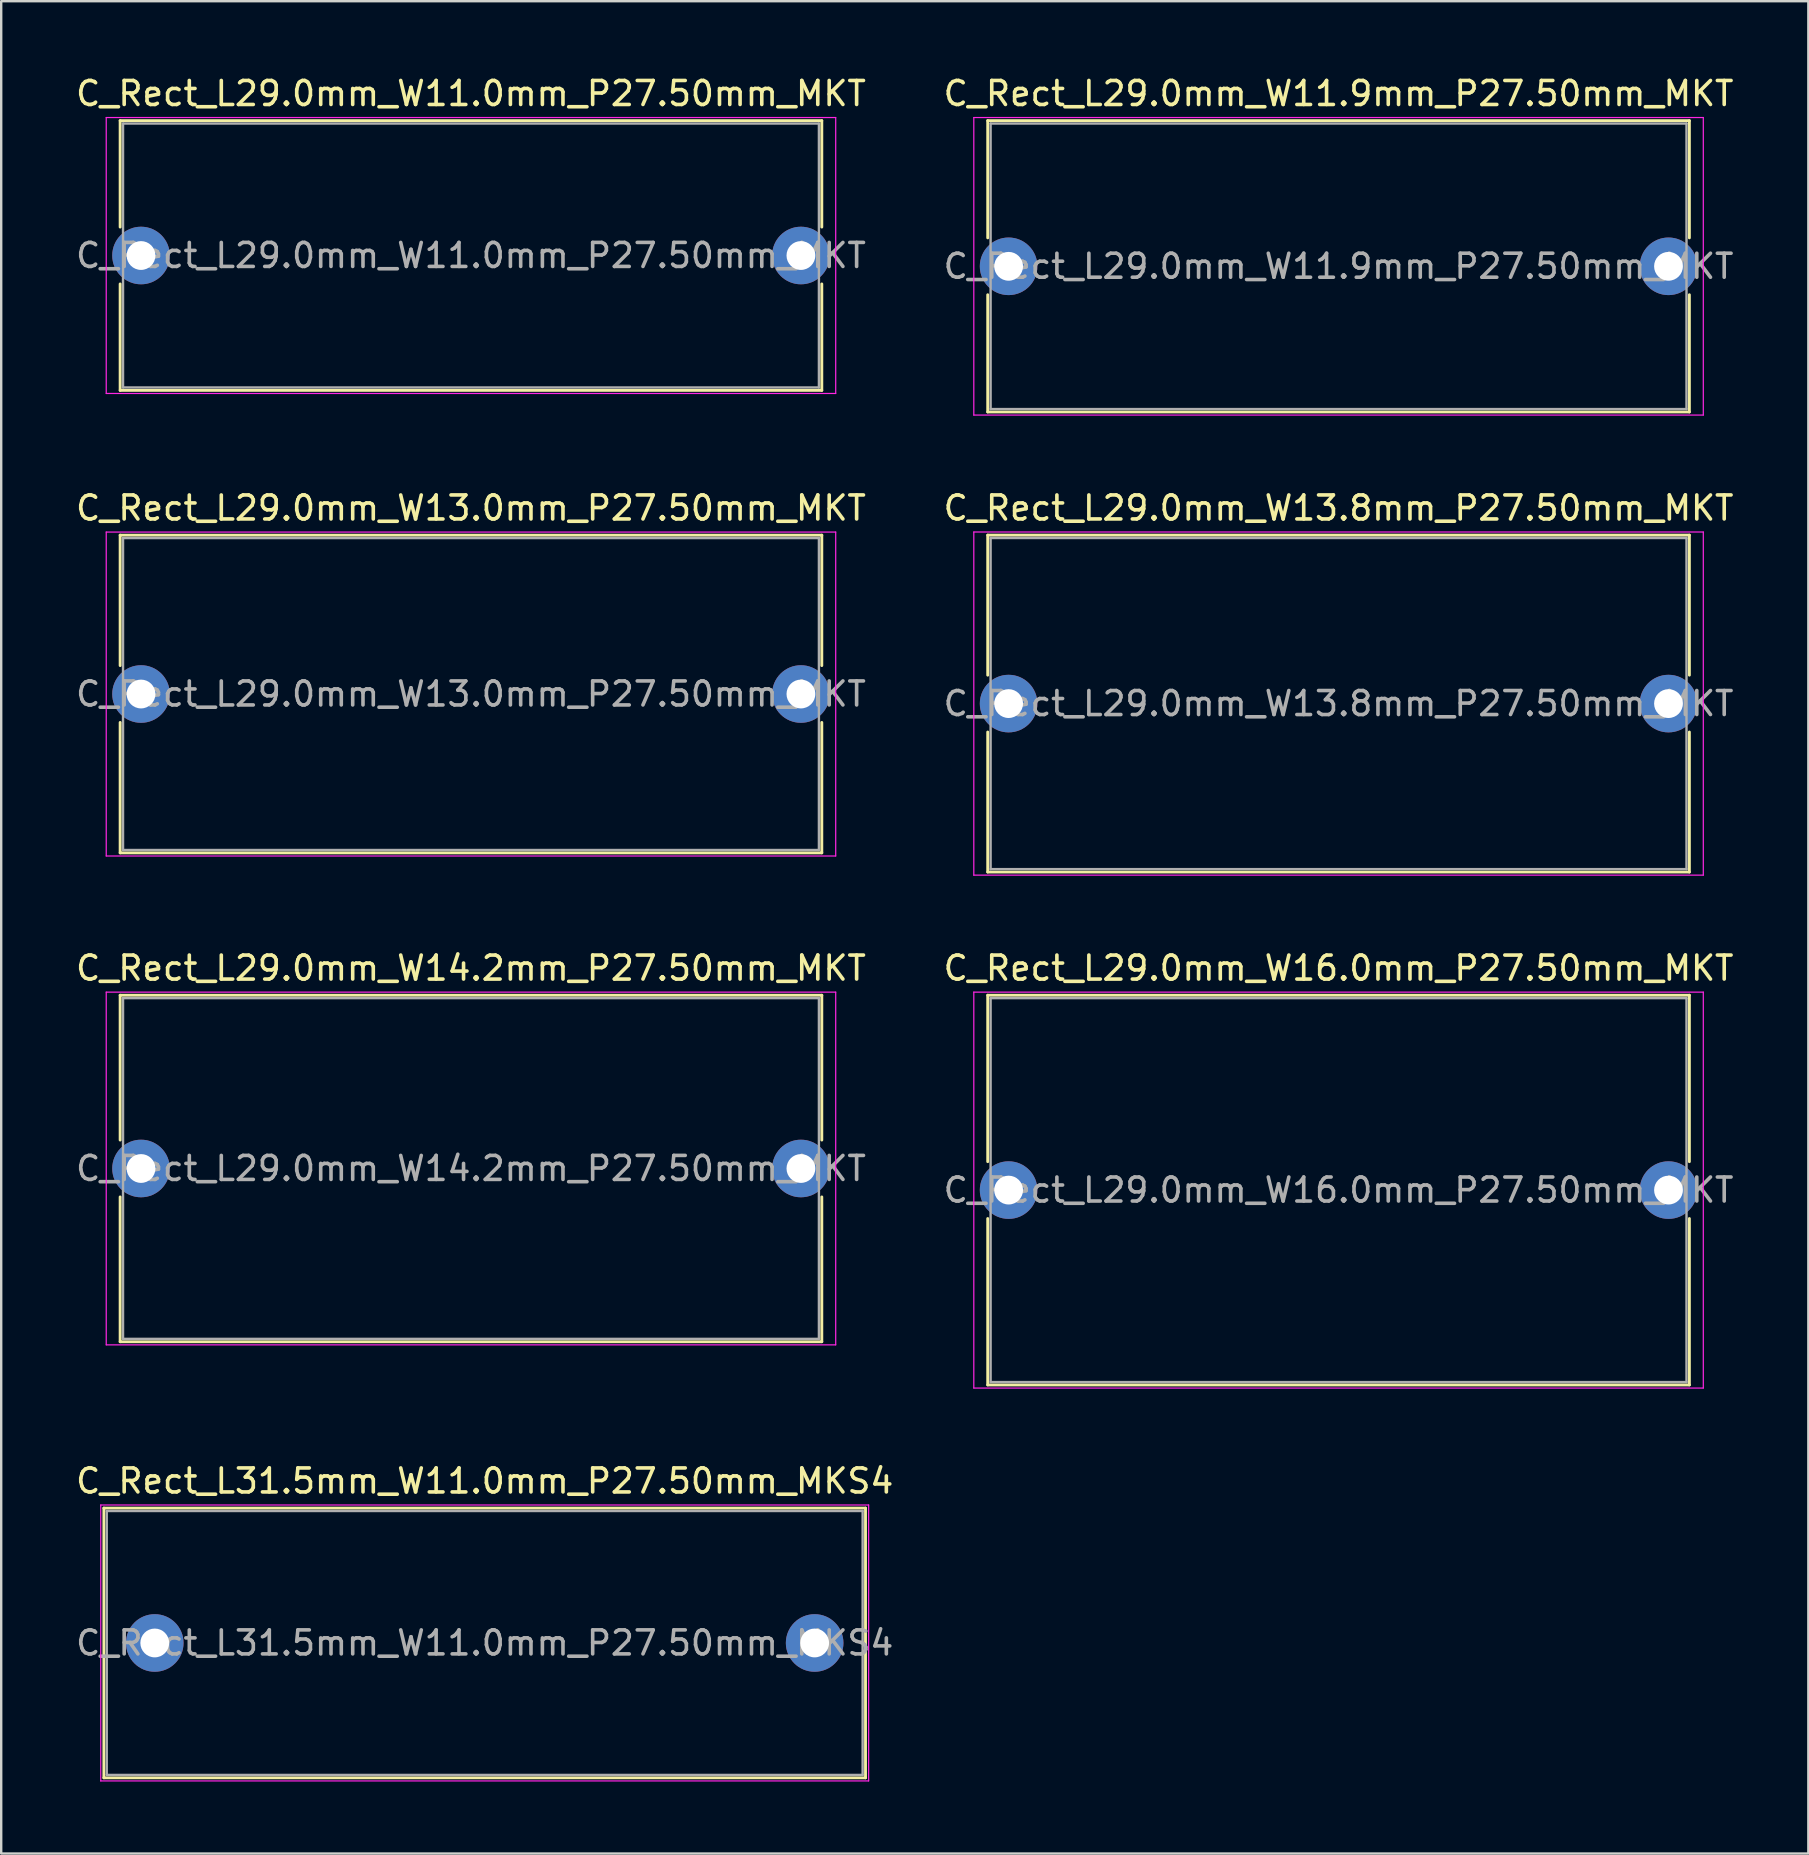
<source format=kicad_pcb>
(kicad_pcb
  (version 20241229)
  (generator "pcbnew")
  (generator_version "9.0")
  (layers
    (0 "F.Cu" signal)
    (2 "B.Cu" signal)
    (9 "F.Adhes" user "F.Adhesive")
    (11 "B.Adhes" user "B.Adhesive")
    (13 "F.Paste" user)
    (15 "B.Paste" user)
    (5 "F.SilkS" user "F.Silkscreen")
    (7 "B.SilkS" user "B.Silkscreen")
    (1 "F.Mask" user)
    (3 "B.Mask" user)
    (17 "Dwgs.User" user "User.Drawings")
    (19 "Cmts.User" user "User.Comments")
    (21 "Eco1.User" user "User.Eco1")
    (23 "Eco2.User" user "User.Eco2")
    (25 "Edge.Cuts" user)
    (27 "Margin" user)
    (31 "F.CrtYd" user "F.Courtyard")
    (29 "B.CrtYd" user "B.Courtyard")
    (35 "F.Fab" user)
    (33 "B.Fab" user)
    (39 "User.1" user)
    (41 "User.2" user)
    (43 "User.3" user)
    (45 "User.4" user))
  (footprint "C_Rect_L29.0mm_W11.0mm_P27.50mm_MKT"
    (layer "F.Cu")
    (at 2.827 7.598)
    (property "Reference" "C_Rect_L29.0mm_W11.0mm_P27.50mm_MKT" (at 13.75 -6.75 0) (layer "F.SilkS") (effects (font (size 1 1) (thickness 0.15))))
    (attr through_hole)
    (fp_line (start -0.87 -5.62) (end -0.87 -1.185) (stroke (width 0.12) (type solid)) (layer "F.SilkS"))
    (fp_line (start -0.87 -5.62) (end 28.37 -5.62) (stroke (width 0.12) (type solid)) (layer "F.SilkS"))
    (fp_line (start -0.87 1.185) (end -0.87 5.62) (stroke (width 0.12) (type solid)) (layer "F.SilkS"))
    (fp_line (start -0.87 5.62) (end 28.37 5.62) (stroke (width 0.12) (type solid)) (layer "F.SilkS"))
    (fp_line (start 28.37 -5.62) (end 28.37 -1.185) (stroke (width 0.12) (type solid)) (layer "F.SilkS"))
    (fp_line (start 28.37 1.185) (end 28.37 5.62) (stroke (width 0.12) (type solid)) (layer "F.SilkS"))
    (fp_line (start -1.45 -5.75) (end -1.45 5.75) (stroke (width 0.05) (type solid)) (layer "F.CrtYd"))
    (fp_line (start -1.45 5.75) (end 28.95 5.75) (stroke (width 0.05) (type solid)) (layer "F.CrtYd"))
    (fp_line (start 28.95 -5.75) (end -1.45 -5.75) (stroke (width 0.05) (type solid)) (layer "F.CrtYd"))
    (fp_line (start 28.95 5.75) (end 28.95 -5.75) (stroke (width 0.05) (type solid)) (layer "F.CrtYd"))
    (fp_line (start -0.75 -5.5) (end -0.75 5.5) (stroke (width 0.1) (type solid)) (layer "F.Fab"))
    (fp_line (start -0.75 5.5) (end 28.25 5.5) (stroke (width 0.1) (type solid)) (layer "F.Fab"))
    (fp_line (start 28.25 -5.5) (end -0.75 -5.5) (stroke (width 0.1) (type solid)) (layer "F.Fab"))
    (fp_line (start 28.25 5.5) (end 28.25 -5.5) (stroke (width 0.1) (type solid)) (layer "F.Fab"))
    (fp_text user "${REFERENCE}" (at 13.75 0 0) (layer "F.Fab") (effects (font (size 1 1) (thickness 0.15))))
    (pad "1" thru_hole circle (at 0 0) (size 2.4 2.4) (drill 1.2) (layers "*.Cu" "*.Mask"))
    (pad "2" thru_hole circle (at 27.5 0) (size 2.4 2.4) (drill 1.2) (layers "*.Cu" "*.Mask")))
  (footprint "C_Rect_L29.0mm_W16.0mm_P27.50mm_MKT"
    (layer "F.Cu")
    (at 38.982 46.545)
    (property "Reference" "C_Rect_L29.0mm_W16.0mm_P27.50mm_MKT" (at 13.75 -9.25 0) (layer "F.SilkS") (effects (font (size 1 1) (thickness 0.15))))
    (attr through_hole)
    (fp_line (start -0.87 -8.12) (end -0.87 -1.185) (stroke (width 0.12) (type solid)) (layer "F.SilkS"))
    (fp_line (start -0.87 -8.12) (end 28.37 -8.12) (stroke (width 0.12) (type solid)) (layer "F.SilkS"))
    (fp_line (start -0.87 1.185) (end -0.87 8.12) (stroke (width 0.12) (type solid)) (layer "F.SilkS"))
    (fp_line (start -0.87 8.12) (end 28.37 8.12) (stroke (width 0.12) (type solid)) (layer "F.SilkS"))
    (fp_line (start 28.37 -8.12) (end 28.37 -1.185) (stroke (width 0.12) (type solid)) (layer "F.SilkS"))
    (fp_line (start 28.37 1.185) (end 28.37 8.12) (stroke (width 0.12) (type solid)) (layer "F.SilkS"))
    (fp_line (start -1.45 -8.25) (end -1.45 8.25) (stroke (width 0.05) (type solid)) (layer "F.CrtYd"))
    (fp_line (start -1.45 8.25) (end 28.95 8.25) (stroke (width 0.05) (type solid)) (layer "F.CrtYd"))
    (fp_line (start 28.95 -8.25) (end -1.45 -8.25) (stroke (width 0.05) (type solid)) (layer "F.CrtYd"))
    (fp_line (start 28.95 8.25) (end 28.95 -8.25) (stroke (width 0.05) (type solid)) (layer "F.CrtYd"))
    (fp_line (start -0.75 -8) (end -0.75 8) (stroke (width 0.1) (type solid)) (layer "F.Fab"))
    (fp_line (start -0.75 8) (end 28.25 8) (stroke (width 0.1) (type solid)) (layer "F.Fab"))
    (fp_line (start 28.25 -8) (end -0.75 -8) (stroke (width 0.1) (type solid)) (layer "F.Fab"))
    (fp_line (start 28.25 8) (end 28.25 -8) (stroke (width 0.1) (type solid)) (layer "F.Fab"))
    (fp_text user "${REFERENCE}" (at 13.75 0 0) (layer "F.Fab") (effects (font (size 1 1) (thickness 0.15))))
    (pad "1" thru_hole circle (at 0 0) (size 2.4 2.4) (drill 1.2) (layers "*.Cu" "*.Mask"))
    (pad "2" thru_hole circle (at 27.5 0) (size 2.4 2.4) (drill 1.2) (layers "*.Cu" "*.Mask")))
  (footprint "C_Rect_L29.0mm_W13.8mm_P27.50mm_MKT"
    (layer "F.Cu")
    (at 38.982 26.271)
    (property "Reference" "C_Rect_L29.0mm_W13.8mm_P27.50mm_MKT" (at 13.75 -8.15 0) (layer "F.SilkS") (effects (font (size 1 1) (thickness 0.15))))
    (attr through_hole)
    (fp_line (start -0.87 -7.02) (end -0.87 -1.185) (stroke (width 0.12) (type solid)) (layer "F.SilkS"))
    (fp_line (start -0.87 -7.02) (end 28.37 -7.02) (stroke (width 0.12) (type solid)) (layer "F.SilkS"))
    (fp_line (start -0.87 1.185) (end -0.87 7.02) (stroke (width 0.12) (type solid)) (layer "F.SilkS"))
    (fp_line (start -0.87 7.02) (end 28.37 7.02) (stroke (width 0.12) (type solid)) (layer "F.SilkS"))
    (fp_line (start 28.37 -7.02) (end 28.37 -1.185) (stroke (width 0.12) (type solid)) (layer "F.SilkS"))
    (fp_line (start 28.37 1.185) (end 28.37 7.02) (stroke (width 0.12) (type solid)) (layer "F.SilkS"))
    (fp_line (start -1.45 -7.15) (end -1.45 7.15) (stroke (width 0.05) (type solid)) (layer "F.CrtYd"))
    (fp_line (start -1.45 7.15) (end 28.95 7.15) (stroke (width 0.05) (type solid)) (layer "F.CrtYd"))
    (fp_line (start 28.95 -7.15) (end -1.45 -7.15) (stroke (width 0.05) (type solid)) (layer "F.CrtYd"))
    (fp_line (start 28.95 7.15) (end 28.95 -7.15) (stroke (width 0.05) (type solid)) (layer "F.CrtYd"))
    (fp_line (start -0.75 -6.9) (end -0.75 6.9) (stroke (width 0.1) (type solid)) (layer "F.Fab"))
    (fp_line (start -0.75 6.9) (end 28.25 6.9) (stroke (width 0.1) (type solid)) (layer "F.Fab"))
    (fp_line (start 28.25 -6.9) (end -0.75 -6.9) (stroke (width 0.1) (type solid)) (layer "F.Fab"))
    (fp_line (start 28.25 6.9) (end 28.25 -6.9) (stroke (width 0.1) (type solid)) (layer "F.Fab"))
    (fp_text user "${REFERENCE}" (at 13.75 0 0) (layer "F.Fab") (effects (font (size 1 1) (thickness 0.15))))
    (pad "1" thru_hole circle (at 0 0) (size 2.4 2.4) (drill 1.2) (layers "*.Cu" "*.Mask"))
    (pad "2" thru_hole circle (at 27.5 0) (size 2.4 2.4) (drill 1.2) (layers "*.Cu" "*.Mask")))
  (footprint "C_Rect_L29.0mm_W11.9mm_P27.50mm_MKT"
    (layer "F.Cu")
    (at 38.982 8.048)
    (property "Reference" "C_Rect_L29.0mm_W11.9mm_P27.50mm_MKT" (at 13.75 -7.2 0) (layer "F.SilkS") (effects (font (size 1 1) (thickness 0.15))))
    (attr through_hole)
    (fp_line (start -0.87 -6.07) (end -0.87 -1.185) (stroke (width 0.12) (type solid)) (layer "F.SilkS"))
    (fp_line (start -0.87 -6.07) (end 28.37 -6.07) (stroke (width 0.12) (type solid)) (layer "F.SilkS"))
    (fp_line (start -0.87 1.185) (end -0.87 6.07) (stroke (width 0.12) (type solid)) (layer "F.SilkS"))
    (fp_line (start -0.87 6.07) (end 28.37 6.07) (stroke (width 0.12) (type solid)) (layer "F.SilkS"))
    (fp_line (start 28.37 -6.07) (end 28.37 -1.185) (stroke (width 0.12) (type solid)) (layer "F.SilkS"))
    (fp_line (start 28.37 1.185) (end 28.37 6.07) (stroke (width 0.12) (type solid)) (layer "F.SilkS"))
    (fp_line (start -1.45 -6.2) (end -1.45 6.2) (stroke (width 0.05) (type solid)) (layer "F.CrtYd"))
    (fp_line (start -1.45 6.2) (end 28.95 6.2) (stroke (width 0.05) (type solid)) (layer "F.CrtYd"))
    (fp_line (start 28.95 -6.2) (end -1.45 -6.2) (stroke (width 0.05) (type solid)) (layer "F.CrtYd"))
    (fp_line (start 28.95 6.2) (end 28.95 -6.2) (stroke (width 0.05) (type solid)) (layer "F.CrtYd"))
    (fp_line (start -0.75 -5.95) (end -0.75 5.95) (stroke (width 0.1) (type solid)) (layer "F.Fab"))
    (fp_line (start -0.75 5.95) (end 28.25 5.95) (stroke (width 0.1) (type solid)) (layer "F.Fab"))
    (fp_line (start 28.25 -5.95) (end -0.75 -5.95) (stroke (width 0.1) (type solid)) (layer "F.Fab"))
    (fp_line (start 28.25 5.95) (end 28.25 -5.95) (stroke (width 0.1) (type solid)) (layer "F.Fab"))
    (fp_text user "${REFERENCE}" (at 13.75 0 0) (layer "F.Fab") (effects (font (size 1 1) (thickness 0.15))))
    (pad "1" thru_hole circle (at 0 0) (size 2.4 2.4) (drill 1.2) (layers "*.Cu" "*.Mask"))
    (pad "2" thru_hole circle (at 27.5 0) (size 2.4 2.4) (drill 1.2) (layers "*.Cu" "*.Mask")))
  (footprint "C_Rect_L31.5mm_W11.0mm_P27.50mm_MKS4"
    (layer "F.Cu")
    (at 3.399 65.418)
    (property "Reference" "C_Rect_L31.5mm_W11.0mm_P27.50mm_MKS4" (at 13.75 -6.75 0) (layer "F.SilkS") (effects (font (size 1 1) (thickness 0.15))))
    (attr through_hole)
    (fp_line (start -2.12 -5.62) (end -2.12 5.62) (stroke (width 0.12) (type solid)) (layer "F.SilkS"))
    (fp_line (start -2.12 -5.62) (end 29.62 -5.62) (stroke (width 0.12) (type solid)) (layer "F.SilkS"))
    (fp_line (start -2.12 5.62) (end 29.62 5.62) (stroke (width 0.12) (type solid)) (layer "F.SilkS"))
    (fp_line (start 29.62 -5.62) (end 29.62 5.62) (stroke (width 0.12) (type solid)) (layer "F.SilkS"))
    (fp_line (start -2.25 -5.75) (end -2.25 5.75) (stroke (width 0.05) (type solid)) (layer "F.CrtYd"))
    (fp_line (start -2.25 5.75) (end 29.75 5.75) (stroke (width 0.05) (type solid)) (layer "F.CrtYd"))
    (fp_line (start 29.75 -5.75) (end -2.25 -5.75) (stroke (width 0.05) (type solid)) (layer "F.CrtYd"))
    (fp_line (start 29.75 5.75) (end 29.75 -5.75) (stroke (width 0.05) (type solid)) (layer "F.CrtYd"))
    (fp_line (start -2 -5.5) (end -2 5.5) (stroke (width 0.1) (type solid)) (layer "F.Fab"))
    (fp_line (start -2 5.5) (end 29.5 5.5) (stroke (width 0.1) (type solid)) (layer "F.Fab"))
    (fp_line (start 29.5 -5.5) (end -2 -5.5) (stroke (width 0.1) (type solid)) (layer "F.Fab"))
    (fp_line (start 29.5 5.5) (end 29.5 -5.5) (stroke (width 0.1) (type solid)) (layer "F.Fab"))
    (fp_text user "${REFERENCE}" (at 13.75 0 0) (layer "F.Fab") (effects (font (size 1 1) (thickness 0.15))))
    (pad "1" thru_hole circle (at 0 0) (size 2.4 2.4) (drill 1.2) (layers "*.Cu" "*.Mask"))
    (pad "2" thru_hole circle (at 27.5 0) (size 2.4 2.4) (drill 1.2) (layers "*.Cu" "*.Mask")))
  (footprint "C_Rect_L29.0mm_W14.2mm_P27.50mm_MKT"
    (layer "F.Cu")
    (at 2.827 45.645)
    (property "Reference" "C_Rect_L29.0mm_W14.2mm_P27.50mm_MKT" (at 13.75 -8.35 0) (layer "F.SilkS") (effects (font (size 1 1) (thickness 0.15))))
    (attr through_hole)
    (fp_line (start -0.87 -7.22) (end -0.87 -1.185) (stroke (width 0.12) (type solid)) (layer "F.SilkS"))
    (fp_line (start -0.87 -7.22) (end 28.37 -7.22) (stroke (width 0.12) (type solid)) (layer "F.SilkS"))
    (fp_line (start -0.87 1.185) (end -0.87 7.22) (stroke (width 0.12) (type solid)) (layer "F.SilkS"))
    (fp_line (start -0.87 7.22) (end 28.37 7.22) (stroke (width 0.12) (type solid)) (layer "F.SilkS"))
    (fp_line (start 28.37 -7.22) (end 28.37 -1.185) (stroke (width 0.12) (type solid)) (layer "F.SilkS"))
    (fp_line (start 28.37 1.185) (end 28.37 7.22) (stroke (width 0.12) (type solid)) (layer "F.SilkS"))
    (fp_line (start -1.45 -7.35) (end -1.45 7.35) (stroke (width 0.05) (type solid)) (layer "F.CrtYd"))
    (fp_line (start -1.45 7.35) (end 28.95 7.35) (stroke (width 0.05) (type solid)) (layer "F.CrtYd"))
    (fp_line (start 28.95 -7.35) (end -1.45 -7.35) (stroke (width 0.05) (type solid)) (layer "F.CrtYd"))
    (fp_line (start 28.95 7.35) (end 28.95 -7.35) (stroke (width 0.05) (type solid)) (layer "F.CrtYd"))
    (fp_line (start -0.75 -7.1) (end -0.75 7.1) (stroke (width 0.1) (type solid)) (layer "F.Fab"))
    (fp_line (start -0.75 7.1) (end 28.25 7.1) (stroke (width 0.1) (type solid)) (layer "F.Fab"))
    (fp_line (start 28.25 -7.1) (end -0.75 -7.1) (stroke (width 0.1) (type solid)) (layer "F.Fab"))
    (fp_line (start 28.25 7.1) (end 28.25 -7.1) (stroke (width 0.1) (type solid)) (layer "F.Fab"))
    (fp_text user "${REFERENCE}" (at 13.75 0 0) (layer "F.Fab") (effects (font (size 1 1) (thickness 0.15))))
    (pad "1" thru_hole circle (at 0 0) (size 2.4 2.4) (drill 1.2) (layers "*.Cu" "*.Mask"))
    (pad "2" thru_hole circle (at 27.5 0) (size 2.4 2.4) (drill 1.2) (layers "*.Cu" "*.Mask")))
  (footprint "C_Rect_L29.0mm_W13.0mm_P27.50mm_MKT"
    (layer "F.Cu")
    (at 2.827 25.872)
    (property "Reference" "C_Rect_L29.0mm_W13.0mm_P27.50mm_MKT" (at 13.75 -7.75 0) (layer "F.SilkS") (effects (font (size 1 1) (thickness 0.15))))
    (attr through_hole)
    (fp_line (start -0.87 -6.62) (end -0.87 -1.185) (stroke (width 0.12) (type solid)) (layer "F.SilkS"))
    (fp_line (start -0.87 -6.62) (end 28.37 -6.62) (stroke (width 0.12) (type solid)) (layer "F.SilkS"))
    (fp_line (start -0.87 1.185) (end -0.87 6.62) (stroke (width 0.12) (type solid)) (layer "F.SilkS"))
    (fp_line (start -0.87 6.62) (end 28.37 6.62) (stroke (width 0.12) (type solid)) (layer "F.SilkS"))
    (fp_line (start 28.37 -6.62) (end 28.37 -1.185) (stroke (width 0.12) (type solid)) (layer "F.SilkS"))
    (fp_line (start 28.37 1.185) (end 28.37 6.62) (stroke (width 0.12) (type solid)) (layer "F.SilkS"))
    (fp_line (start -1.45 -6.75) (end -1.45 6.75) (stroke (width 0.05) (type solid)) (layer "F.CrtYd"))
    (fp_line (start -1.45 6.75) (end 28.95 6.75) (stroke (width 0.05) (type solid)) (layer "F.CrtYd"))
    (fp_line (start 28.95 -6.75) (end -1.45 -6.75) (stroke (width 0.05) (type solid)) (layer "F.CrtYd"))
    (fp_line (start 28.95 6.75) (end 28.95 -6.75) (stroke (width 0.05) (type solid)) (layer "F.CrtYd"))
    (fp_line (start -0.75 -6.5) (end -0.75 6.5) (stroke (width 0.1) (type solid)) (layer "F.Fab"))
    (fp_line (start -0.75 6.5) (end 28.25 6.5) (stroke (width 0.1) (type solid)) (layer "F.Fab"))
    (fp_line (start 28.25 -6.5) (end -0.75 -6.5) (stroke (width 0.1) (type solid)) (layer "F.Fab"))
    (fp_line (start 28.25 6.5) (end 28.25 -6.5) (stroke (width 0.1) (type solid)) (layer "F.Fab"))
    (fp_text user "${REFERENCE}" (at 13.75 0 0) (layer "F.Fab") (effects (font (size 1 1) (thickness 0.15))))
    (pad "1" thru_hole circle (at 0 0) (size 2.4 2.4) (drill 1.2) (layers "*.Cu" "*.Mask"))
    (pad "2" thru_hole circle (at 27.5 0) (size 2.4 2.4) (drill 1.2) (layers "*.Cu" "*.Mask")))
  (gr_rect
    (start -3 -3)
    (end 72.31 74.193)
    (stroke (width 0.1) (type default))
    (fill no)
    (layer "Edge.Cuts")))
</source>
